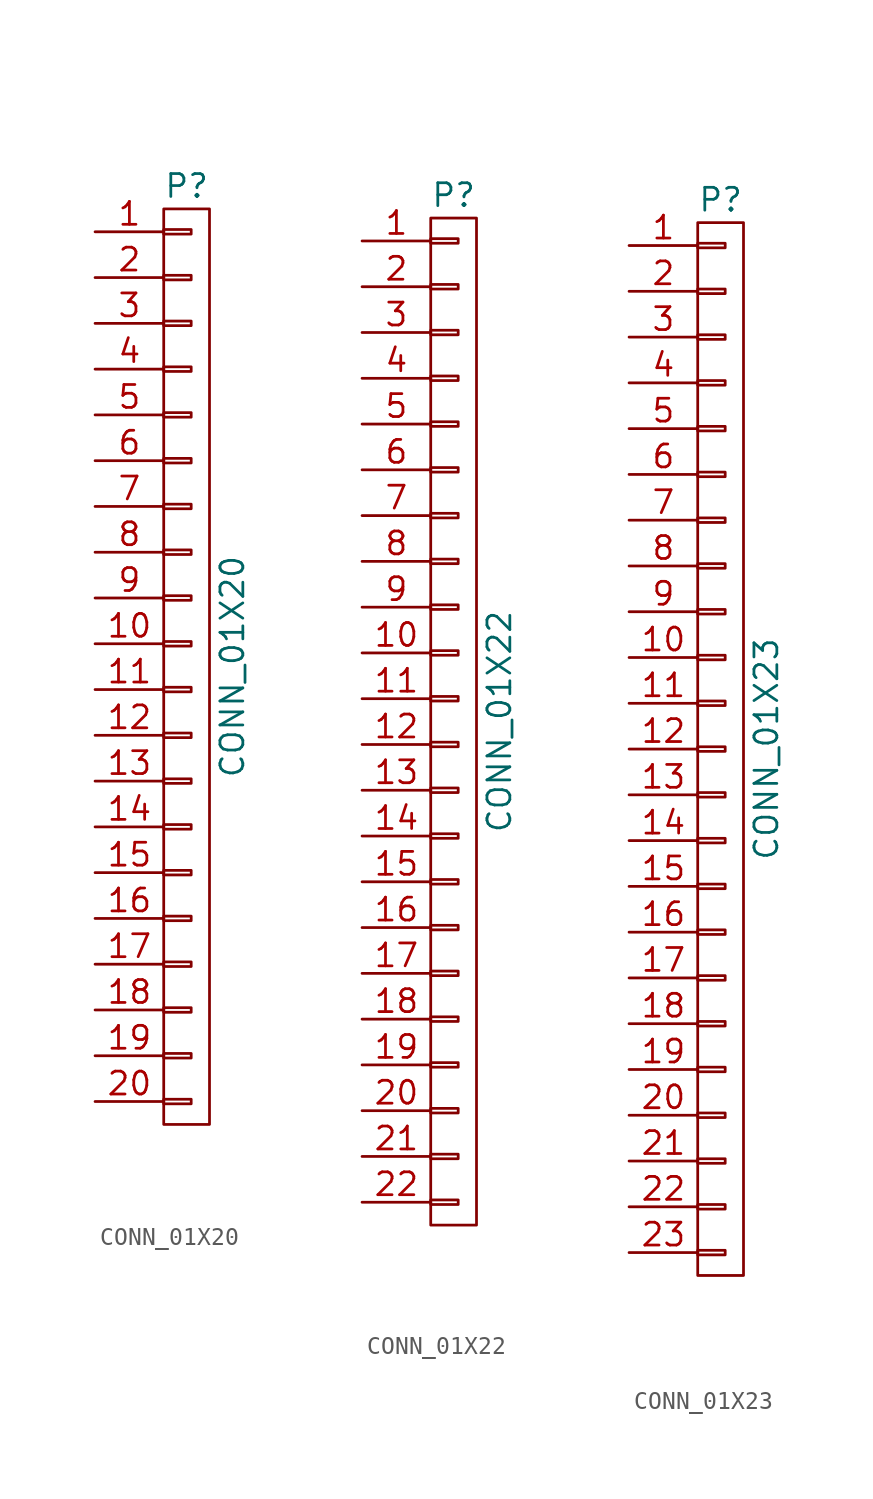
<source format=kicad_sym>
(kicad_symbol_lib
  (version 20231120)
  (generator "kicad_symbol_editor")
  (generator_version "8.0")
  (symbol "CONN_01X20"
    (pin_names
      (offset 1.016) hide)
    (property "Reference" "P"
      (at 0 26.67 0)
      (effects (font (size 1.27 1.27))))
    (property "Value" "CONN_01X20"
      (at 2.54 0 90)
      (effects (font (size 1.27 1.27))))
    (property "Footprint" ""
      (at 0 0 0)
      (effects (font (size 1.27 1.27))))
    (property "Datasheet" ""
      (at 0 0 0)
      (effects (font (size 1.27 1.27))))
    (symbol "CONN_01X20_0_1"
      (rectangle (start -1.27 -25.4) (end 1.27 25.4) (stroke (width 0) (type solid)) (fill (type none)))
      (rectangle (start -1.27 -24.003) (end 0.254 -24.257) (stroke (width 0) (type solid)) (fill (type none)))
      (rectangle (start -1.27 -21.463) (end 0.254 -21.717) (stroke (width 0) (type solid)) (fill (type none)))
      (rectangle (start -1.27 -18.923) (end 0.254 -19.177) (stroke (width 0) (type solid)) (fill (type none)))
      (rectangle (start -1.27 -16.383) (end 0.254 -16.637) (stroke (width 0) (type solid)) (fill (type none)))
      (rectangle (start -1.27 -13.843) (end 0.254 -14.097) (stroke (width 0) (type solid)) (fill (type none)))
      (rectangle (start -1.27 -11.303) (end 0.254 -11.557) (stroke (width 0) (type solid)) (fill (type none)))
      (rectangle (start -1.27 -8.763) (end 0.254 -9.017) (stroke (width 0) (type solid)) (fill (type none)))
      (rectangle (start -1.27 -6.223) (end 0.254 -6.477) (stroke (width 0) (type solid)) (fill (type none)))
      (rectangle (start -1.27 -3.683) (end 0.254 -3.937) (stroke (width 0) (type solid)) (fill (type none)))
      (rectangle (start -1.27 -1.143) (end 0.254 -1.397) (stroke (width 0) (type solid)) (fill (type none)))
      (rectangle (start -1.27 1.397) (end 0.254 1.143) (stroke (width 0) (type solid)) (fill (type none)))
      (rectangle (start -1.27 3.937) (end 0.254 3.683) (stroke (width 0) (type solid)) (fill (type none)))
      (rectangle (start -1.27 6.477) (end 0.254 6.223) (stroke (width 0) (type solid)) (fill (type none)))
      (rectangle (start -1.27 9.017) (end 0.254 8.763) (stroke (width 0) (type solid)) (fill (type none)))
      (rectangle (start -1.27 11.557) (end 0.254 11.303) (stroke (width 0) (type solid)) (fill (type none)))
      (rectangle (start -1.27 14.097) (end 0.254 13.843) (stroke (width 0) (type solid)) (fill (type none)))
      (rectangle (start -1.27 16.637) (end 0.254 16.383) (stroke (width 0) (type solid)) (fill (type none)))
      (rectangle (start -1.27 19.177) (end 0.254 18.923) (stroke (width 0) (type solid)) (fill (type none)))
      (rectangle (start -1.27 21.717) (end 0.254 21.463) (stroke (width 0) (type solid)) (fill (type none)))
      (rectangle (start -1.27 24.257) (end 0.254 24.003) (stroke (width 0) (type solid)) (fill (type none))))
    (symbol "CONN_01X20_1_1"
      (pin passive line (at -5.08 24.13 0) (length 3.81) (name "P1" (effects (font (size 1.27 1.27)))) (number "1" (effects (font (size 1.27 1.27)))))
      (pin passive line (at -5.08 1.27 0) (length 3.81) (name "P10" (effects (font (size 1.27 1.27)))) (number "10" (effects (font (size 1.27 1.27)))))
      (pin passive line (at -5.08 -1.27 0) (length 3.81) (name "P11" (effects (font (size 1.27 1.27)))) (number "11" (effects (font (size 1.27 1.27)))))
      (pin passive line (at -5.08 -3.81 0) (length 3.81) (name "P12" (effects (font (size 1.27 1.27)))) (number "12" (effects (font (size 1.27 1.27)))))
      (pin passive line (at -5.08 -6.35 0) (length 3.81) (name "P13" (effects (font (size 1.27 1.27)))) (number "13" (effects (font (size 1.27 1.27)))))
      (pin passive line (at -5.08 -8.89 0) (length 3.81) (name "P14" (effects (font (size 1.27 1.27)))) (number "14" (effects (font (size 1.27 1.27)))))
      (pin passive line (at -5.08 -11.43 0) (length 3.81) (name "P15" (effects (font (size 1.27 1.27)))) (number "15" (effects (font (size 1.27 1.27)))))
      (pin passive line (at -5.08 -13.97 0) (length 3.81) (name "P16" (effects (font (size 1.27 1.27)))) (number "16" (effects (font (size 1.27 1.27)))))
      (pin passive line (at -5.08 -16.51 0) (length 3.81) (name "P17" (effects (font (size 1.27 1.27)))) (number "17" (effects (font (size 1.27 1.27)))))
      (pin passive line (at -5.08 -19.05 0) (length 3.81) (name "P18" (effects (font (size 1.27 1.27)))) (number "18" (effects (font (size 1.27 1.27)))))
      (pin passive line (at -5.08 -21.59 0) (length 3.81) (name "P19" (effects (font (size 1.27 1.27)))) (number "19" (effects (font (size 1.27 1.27)))))
      (pin passive line (at -5.08 21.59 0) (length 3.81) (name "P2" (effects (font (size 1.27 1.27)))) (number "2" (effects (font (size 1.27 1.27)))))
      (pin passive line (at -5.08 -24.13 0) (length 3.81) (name "P20" (effects (font (size 1.27 1.27)))) (number "20" (effects (font (size 1.27 1.27)))))
      (pin passive line (at -5.08 19.05 0) (length 3.81) (name "P3" (effects (font (size 1.27 1.27)))) (number "3" (effects (font (size 1.27 1.27)))))
      (pin passive line (at -5.08 16.51 0) (length 3.81) (name "P4" (effects (font (size 1.27 1.27)))) (number "4" (effects (font (size 1.27 1.27)))))
      (pin passive line (at -5.08 13.97 0) (length 3.81) (name "P5" (effects (font (size 1.27 1.27)))) (number "5" (effects (font (size 1.27 1.27)))))
      (pin passive line (at -5.08 11.43 0) (length 3.81) (name "P6" (effects (font (size 1.27 1.27)))) (number "6" (effects (font (size 1.27 1.27)))))
      (pin passive line (at -5.08 8.89 0) (length 3.81) (name "P7" (effects (font (size 1.27 1.27)))) (number "7" (effects (font (size 1.27 1.27)))))
      (pin passive line (at -5.08 6.35 0) (length 3.81) (name "P8" (effects (font (size 1.27 1.27)))) (number "8" (effects (font (size 1.27 1.27)))))
      (pin passive line (at -5.08 3.81 0) (length 3.81) (name "P9" (effects (font (size 1.27 1.27)))) (number "9" (effects (font (size 1.27 1.27)))))))
  (symbol "CONN_01X22"
    (pin_names
      (offset 1.016) hide)
    (property "Reference" "P"
      (at 0 29.21 0)
      (effects (font (size 1.27 1.27))))
    (property "Value" "CONN_01X22"
      (at 2.54 0 90)
      (effects (font (size 1.27 1.27))))
    (property "Footprint" ""
      (at 0 0 0)
      (effects (font (size 1.27 1.27))))
    (property "Datasheet" ""
      (at 0 0 0)
      (effects (font (size 1.27 1.27))))
    (symbol "CONN_01X22_0_1"
      (rectangle (start -1.27 -27.94) (end 1.27 27.94) (stroke (width 0) (type solid)) (fill (type none)))
      (rectangle (start -1.27 -26.543) (end 0.254 -26.797) (stroke (width 0) (type solid)) (fill (type none)))
      (rectangle (start -1.27 -24.003) (end 0.254 -24.257) (stroke (width 0) (type solid)) (fill (type none)))
      (rectangle (start -1.27 -21.463) (end 0.254 -21.717) (stroke (width 0) (type solid)) (fill (type none)))
      (rectangle (start -1.27 -18.923) (end 0.254 -19.177) (stroke (width 0) (type solid)) (fill (type none)))
      (rectangle (start -1.27 -16.383) (end 0.254 -16.637) (stroke (width 0) (type solid)) (fill (type none)))
      (rectangle (start -1.27 -13.843) (end 0.254 -14.097) (stroke (width 0) (type solid)) (fill (type none)))
      (rectangle (start -1.27 -11.303) (end 0.254 -11.557) (stroke (width 0) (type solid)) (fill (type none)))
      (rectangle (start -1.27 -8.763) (end 0.254 -9.017) (stroke (width 0) (type solid)) (fill (type none)))
      (rectangle (start -1.27 -6.223) (end 0.254 -6.477) (stroke (width 0) (type solid)) (fill (type none)))
      (rectangle (start -1.27 -3.683) (end 0.254 -3.937) (stroke (width 0) (type solid)) (fill (type none)))
      (rectangle (start -1.27 -1.143) (end 0.254 -1.397) (stroke (width 0) (type solid)) (fill (type none)))
      (rectangle (start -1.27 1.397) (end 0.254 1.143) (stroke (width 0) (type solid)) (fill (type none)))
      (rectangle (start -1.27 3.937) (end 0.254 3.683) (stroke (width 0) (type solid)) (fill (type none)))
      (rectangle (start -1.27 6.477) (end 0.254 6.223) (stroke (width 0) (type solid)) (fill (type none)))
      (rectangle (start -1.27 9.017) (end 0.254 8.763) (stroke (width 0) (type solid)) (fill (type none)))
      (rectangle (start -1.27 11.557) (end 0.254 11.303) (stroke (width 0) (type solid)) (fill (type none)))
      (rectangle (start -1.27 14.097) (end 0.254 13.843) (stroke (width 0) (type solid)) (fill (type none)))
      (rectangle (start -1.27 16.637) (end 0.254 16.383) (stroke (width 0) (type solid)) (fill (type none)))
      (rectangle (start -1.27 19.177) (end 0.254 18.923) (stroke (width 0) (type solid)) (fill (type none)))
      (rectangle (start -1.27 21.717) (end 0.254 21.463) (stroke (width 0) (type solid)) (fill (type none)))
      (rectangle (start -1.27 24.257) (end 0.254 24.003) (stroke (width 0) (type solid)) (fill (type none)))
      (rectangle (start -1.27 26.797) (end 0.254 26.543) (stroke (width 0) (type solid)) (fill (type none))))
    (symbol "CONN_01X22_1_1"
      (pin passive line (at -5.08 26.67 0) (length 3.81) (name "P1" (effects (font (size 1.27 1.27)))) (number "1" (effects (font (size 1.27 1.27)))))
      (pin passive line (at -5.08 3.81 0) (length 3.81) (name "P10" (effects (font (size 1.27 1.27)))) (number "10" (effects (font (size 1.27 1.27)))))
      (pin passive line (at -5.08 1.27 0) (length 3.81) (name "P11" (effects (font (size 1.27 1.27)))) (number "11" (effects (font (size 1.27 1.27)))))
      (pin passive line (at -5.08 -1.27 0) (length 3.81) (name "P12" (effects (font (size 1.27 1.27)))) (number "12" (effects (font (size 1.27 1.27)))))
      (pin passive line (at -5.08 -3.81 0) (length 3.81) (name "P13" (effects (font (size 1.27 1.27)))) (number "13" (effects (font (size 1.27 1.27)))))
      (pin passive line (at -5.08 -6.35 0) (length 3.81) (name "P14" (effects (font (size 1.27 1.27)))) (number "14" (effects (font (size 1.27 1.27)))))
      (pin passive line (at -5.08 -8.89 0) (length 3.81) (name "P15" (effects (font (size 1.27 1.27)))) (number "15" (effects (font (size 1.27 1.27)))))
      (pin passive line (at -5.08 -11.43 0) (length 3.81) (name "P16" (effects (font (size 1.27 1.27)))) (number "16" (effects (font (size 1.27 1.27)))))
      (pin passive line (at -5.08 -13.97 0) (length 3.81) (name "P17" (effects (font (size 1.27 1.27)))) (number "17" (effects (font (size 1.27 1.27)))))
      (pin passive line (at -5.08 -16.51 0) (length 3.81) (name "P18" (effects (font (size 1.27 1.27)))) (number "18" (effects (font (size 1.27 1.27)))))
      (pin passive line (at -5.08 -19.05 0) (length 3.81) (name "P19" (effects (font (size 1.27 1.27)))) (number "19" (effects (font (size 1.27 1.27)))))
      (pin passive line (at -5.08 24.13 0) (length 3.81) (name "P2" (effects (font (size 1.27 1.27)))) (number "2" (effects (font (size 1.27 1.27)))))
      (pin passive line (at -5.08 -21.59 0) (length 3.81) (name "P20" (effects (font (size 1.27 1.27)))) (number "20" (effects (font (size 1.27 1.27)))))
      (pin passive line (at -5.08 -24.13 0) (length 3.81) (name "P21" (effects (font (size 1.27 1.27)))) (number "21" (effects (font (size 1.27 1.27)))))
      (pin passive line (at -5.08 -26.67 0) (length 3.81) (name "P22" (effects (font (size 1.27 1.27)))) (number "22" (effects (font (size 1.27 1.27)))))
      (pin passive line (at -5.08 21.59 0) (length 3.81) (name "P3" (effects (font (size 1.27 1.27)))) (number "3" (effects (font (size 1.27 1.27)))))
      (pin passive line (at -5.08 19.05 0) (length 3.81) (name "P4" (effects (font (size 1.27 1.27)))) (number "4" (effects (font (size 1.27 1.27)))))
      (pin passive line (at -5.08 16.51 0) (length 3.81) (name "P5" (effects (font (size 1.27 1.27)))) (number "5" (effects (font (size 1.27 1.27)))))
      (pin passive line (at -5.08 13.97 0) (length 3.81) (name "P6" (effects (font (size 1.27 1.27)))) (number "6" (effects (font (size 1.27 1.27)))))
      (pin passive line (at -5.08 11.43 0) (length 3.81) (name "P7" (effects (font (size 1.27 1.27)))) (number "7" (effects (font (size 1.27 1.27)))))
      (pin passive line (at -5.08 8.89 0) (length 3.81) (name "P8" (effects (font (size 1.27 1.27)))) (number "8" (effects (font (size 1.27 1.27)))))
      (pin passive line (at -5.08 6.35 0) (length 3.81) (name "P9" (effects (font (size 1.27 1.27)))) (number "9" (effects (font (size 1.27 1.27)))))))
  (symbol "CONN_01X23"
    (pin_names
      (offset 1.016) hide)
    (property "Reference" "P"
      (at 0 30.48 0)
      (effects (font (size 1.27 1.27))))
    (property "Value" "CONN_01X23"
      (at 2.54 0 90)
      (effects (font (size 1.27 1.27))))
    (property "Footprint" ""
      (at 0 0 0)
      (effects (font (size 1.27 1.27))))
    (property "Datasheet" ""
      (at 0 0 0)
      (effects (font (size 1.27 1.27))))
    (symbol "CONN_01X23_0_1"
      (rectangle (start -1.27 -29.21) (end 1.27 29.21) (stroke (width 0) (type solid)) (fill (type none)))
      (rectangle (start -1.27 -27.813) (end 0.254 -28.067) (stroke (width 0) (type solid)) (fill (type none)))
      (rectangle (start -1.27 -25.273) (end 0.254 -25.527) (stroke (width 0) (type solid)) (fill (type none)))
      (rectangle (start -1.27 -22.733) (end 0.254 -22.987) (stroke (width 0) (type solid)) (fill (type none)))
      (rectangle (start -1.27 -20.193) (end 0.254 -20.447) (stroke (width 0) (type solid)) (fill (type none)))
      (rectangle (start -1.27 -17.653) (end 0.254 -17.907) (stroke (width 0) (type solid)) (fill (type none)))
      (rectangle (start -1.27 -15.113) (end 0.254 -15.367) (stroke (width 0) (type solid)) (fill (type none)))
      (rectangle (start -1.27 -12.573) (end 0.254 -12.827) (stroke (width 0) (type solid)) (fill (type none)))
      (rectangle (start -1.27 -10.033) (end 0.254 -10.287) (stroke (width 0) (type solid)) (fill (type none)))
      (rectangle (start -1.27 -7.493) (end 0.254 -7.747) (stroke (width 0) (type solid)) (fill (type none)))
      (rectangle (start -1.27 -4.953) (end 0.254 -5.207) (stroke (width 0) (type solid)) (fill (type none)))
      (rectangle (start -1.27 -2.413) (end 0.254 -2.667) (stroke (width 0) (type solid)) (fill (type none)))
      (rectangle (start -1.27 0.127) (end 0.254 -0.127) (stroke (width 0) (type solid)) (fill (type none)))
      (rectangle (start -1.27 2.667) (end 0.254 2.413) (stroke (width 0) (type solid)) (fill (type none)))
      (rectangle (start -1.27 5.207) (end 0.254 4.953) (stroke (width 0) (type solid)) (fill (type none)))
      (rectangle (start -1.27 7.747) (end 0.254 7.493) (stroke (width 0) (type solid)) (fill (type none)))
      (rectangle (start -1.27 10.287) (end 0.254 10.033) (stroke (width 0) (type solid)) (fill (type none)))
      (rectangle (start -1.27 12.827) (end 0.254 12.573) (stroke (width 0) (type solid)) (fill (type none)))
      (rectangle (start -1.27 15.367) (end 0.254 15.113) (stroke (width 0) (type solid)) (fill (type none)))
      (rectangle (start -1.27 17.907) (end 0.254 17.653) (stroke (width 0) (type solid)) (fill (type none)))
      (rectangle (start -1.27 20.447) (end 0.254 20.193) (stroke (width 0) (type solid)) (fill (type none)))
      (rectangle (start -1.27 22.987) (end 0.254 22.733) (stroke (width 0) (type solid)) (fill (type none)))
      (rectangle (start -1.27 25.527) (end 0.254 25.273) (stroke (width 0) (type solid)) (fill (type none)))
      (rectangle (start -1.27 28.067) (end 0.254 27.813) (stroke (width 0) (type solid)) (fill (type none))))
    (symbol "CONN_01X23_1_1"
      (pin passive line (at -5.08 27.94 0) (length 3.81) (name "P1" (effects (font (size 1.27 1.27)))) (number "1" (effects (font (size 1.27 1.27)))))
      (pin passive line (at -5.08 5.08 0) (length 3.81) (name "P10" (effects (font (size 1.27 1.27)))) (number "10" (effects (font (size 1.27 1.27)))))
      (pin passive line (at -5.08 2.54 0) (length 3.81) (name "P11" (effects (font (size 1.27 1.27)))) (number "11" (effects (font (size 1.27 1.27)))))
      (pin passive line (at -5.08 0 0) (length 3.81) (name "P12" (effects (font (size 1.27 1.27)))) (number "12" (effects (font (size 1.27 1.27)))))
      (pin passive line (at -5.08 -2.54 0) (length 3.81) (name "P13" (effects (font (size 1.27 1.27)))) (number "13" (effects (font (size 1.27 1.27)))))
      (pin passive line (at -5.08 -5.08 0) (length 3.81) (name "P14" (effects (font (size 1.27 1.27)))) (number "14" (effects (font (size 1.27 1.27)))))
      (pin passive line (at -5.08 -7.62 0) (length 3.81) (name "P15" (effects (font (size 1.27 1.27)))) (number "15" (effects (font (size 1.27 1.27)))))
      (pin passive line (at -5.08 -10.16 0) (length 3.81) (name "P16" (effects (font (size 1.27 1.27)))) (number "16" (effects (font (size 1.27 1.27)))))
      (pin passive line (at -5.08 -12.7 0) (length 3.81) (name "P17" (effects (font (size 1.27 1.27)))) (number "17" (effects (font (size 1.27 1.27)))))
      (pin passive line (at -5.08 -15.24 0) (length 3.81) (name "P18" (effects (font (size 1.27 1.27)))) (number "18" (effects (font (size 1.27 1.27)))))
      (pin passive line (at -5.08 -17.78 0) (length 3.81) (name "P19" (effects (font (size 1.27 1.27)))) (number "19" (effects (font (size 1.27 1.27)))))
      (pin passive line (at -5.08 25.4 0) (length 3.81) (name "P2" (effects (font (size 1.27 1.27)))) (number "2" (effects (font (size 1.27 1.27)))))
      (pin passive line (at -5.08 -20.32 0) (length 3.81) (name "P20" (effects (font (size 1.27 1.27)))) (number "20" (effects (font (size 1.27 1.27)))))
      (pin passive line (at -5.08 -22.86 0) (length 3.81) (name "P21" (effects (font (size 1.27 1.27)))) (number "21" (effects (font (size 1.27 1.27)))))
      (pin passive line (at -5.08 -25.4 0) (length 3.81) (name "P22" (effects (font (size 1.27 1.27)))) (number "22" (effects (font (size 1.27 1.27)))))
      (pin passive line (at -5.08 -27.94 0) (length 3.81) (name "P23" (effects (font (size 1.27 1.27)))) (number "23" (effects (font (size 1.27 1.27)))))
      (pin passive line (at -5.08 22.86 0) (length 3.81) (name "P3" (effects (font (size 1.27 1.27)))) (number "3" (effects (font (size 1.27 1.27)))))
      (pin passive line (at -5.08 20.32 0) (length 3.81) (name "P4" (effects (font (size 1.27 1.27)))) (number "4" (effects (font (size 1.27 1.27)))))
      (pin passive line (at -5.08 17.78 0) (length 3.81) (name "P5" (effects (font (size 1.27 1.27)))) (number "5" (effects (font (size 1.27 1.27)))))
      (pin passive line (at -5.08 15.24 0) (length 3.81) (name "P6" (effects (font (size 1.27 1.27)))) (number "6" (effects (font (size 1.27 1.27)))))
      (pin passive line (at -5.08 12.7 0) (length 3.81) (name "P7" (effects (font (size 1.27 1.27)))) (number "7" (effects (font (size 1.27 1.27)))))
      (pin passive line (at -5.08 10.16 0) (length 3.81) (name "P8" (effects (font (size 1.27 1.27)))) (number "8" (effects (font (size 1.27 1.27)))))
      (pin passive line (at -5.08 7.62 0) (length 3.81) (name "P9" (effects (font (size 1.27 1.27)))) (number "9" (effects (font (size 1.27 1.27))))))))
</source>
